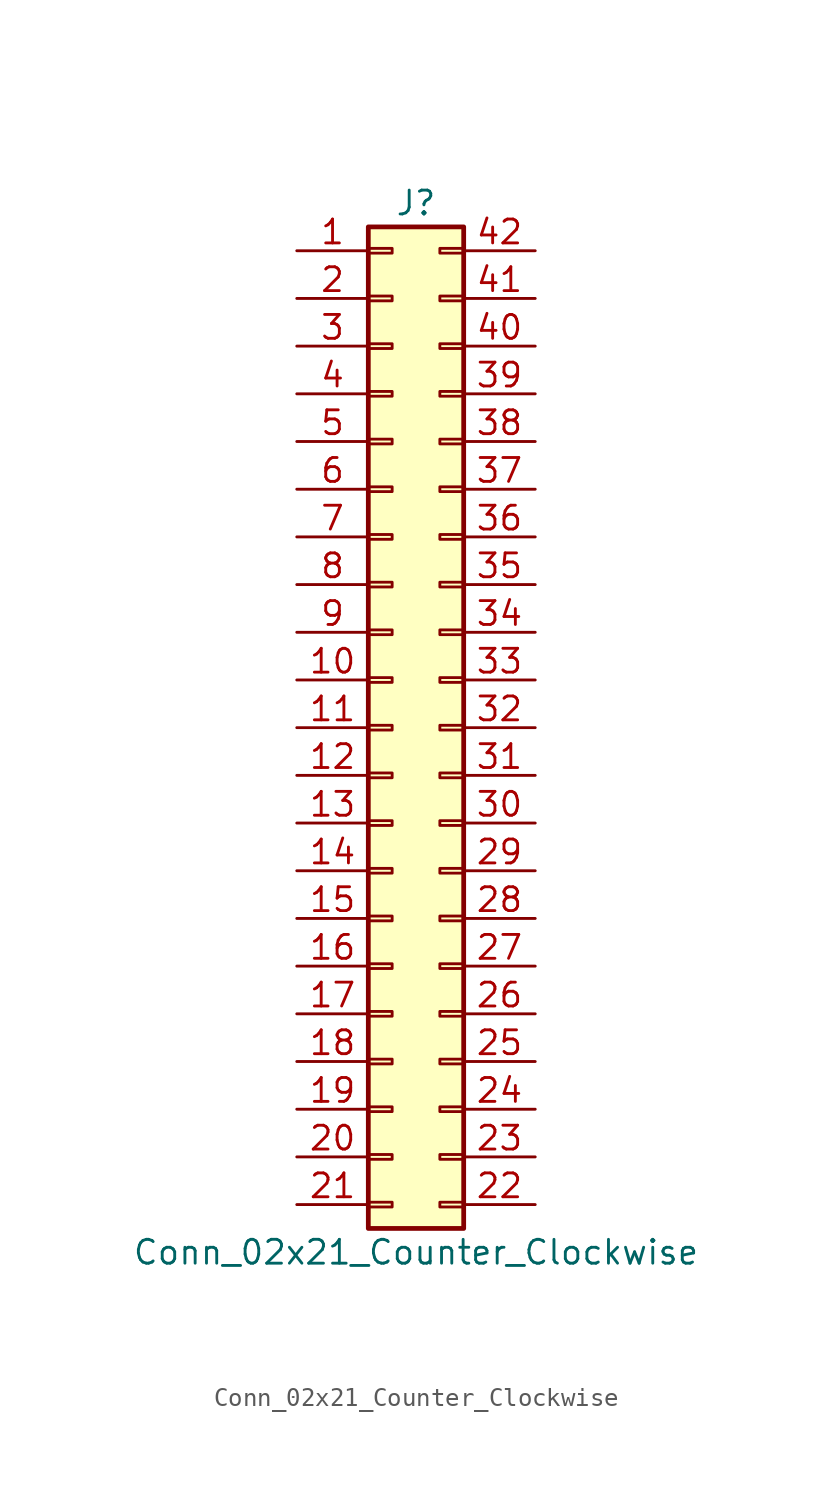
<source format=kicad_sym>
(kicad_symbol_lib
  (version 20211014)
  (generator kicad_symbol_editor)
  (symbol "Conn_02x21_Counter_Clockwise"
    (pin_names
      (offset 1.016) hide)
    (property "Reference" "J"
      (at 1.27 27.94 0)
      (effects (font (size 1.27 1.27))))
    (property "Value" "Conn_02x21_Counter_Clockwise"
      (at 1.27 -27.94 0)
      (effects (font (size 1.27 1.27))))
    (symbol "Conn_02x21_Counter_Clockwise_1_1"
      (rectangle (start -1.27 -25.273) (end 0 -25.527) (stroke (width 0.152) (type default) (color 0 0 0 0)) (fill (type none)))
      (rectangle (start -1.27 -22.733) (end 0 -22.987) (stroke (width 0.152) (type default) (color 0 0 0 0)) (fill (type none)))
      (rectangle (start -1.27 -20.193) (end 0 -20.447) (stroke (width 0.152) (type default) (color 0 0 0 0)) (fill (type none)))
      (rectangle (start -1.27 -17.653) (end 0 -17.907) (stroke (width 0.152) (type default) (color 0 0 0 0)) (fill (type none)))
      (rectangle (start -1.27 -15.113) (end 0 -15.367) (stroke (width 0.152) (type default) (color 0 0 0 0)) (fill (type none)))
      (rectangle (start -1.27 -12.573) (end 0 -12.827) (stroke (width 0.152) (type default) (color 0 0 0 0)) (fill (type none)))
      (rectangle (start -1.27 -10.033) (end 0 -10.287) (stroke (width 0.152) (type default) (color 0 0 0 0)) (fill (type none)))
      (rectangle (start -1.27 -7.493) (end 0 -7.747) (stroke (width 0.152) (type default) (color 0 0 0 0)) (fill (type none)))
      (rectangle (start -1.27 -4.953) (end 0 -5.207) (stroke (width 0.152) (type default) (color 0 0 0 0)) (fill (type none)))
      (rectangle (start -1.27 -2.413) (end 0 -2.667) (stroke (width 0.152) (type default) (color 0 0 0 0)) (fill (type none)))
      (rectangle (start -1.27 0.127) (end 0 -0.127) (stroke (width 0.152) (type default) (color 0 0 0 0)) (fill (type none)))
      (rectangle (start -1.27 2.667) (end 0 2.413) (stroke (width 0.152) (type default) (color 0 0 0 0)) (fill (type none)))
      (rectangle (start -1.27 5.207) (end 0 4.953) (stroke (width 0.152) (type default) (color 0 0 0 0)) (fill (type none)))
      (rectangle (start -1.27 7.747) (end 0 7.493) (stroke (width 0.152) (type default) (color 0 0 0 0)) (fill (type none)))
      (rectangle (start -1.27 10.287) (end 0 10.033) (stroke (width 0.152) (type default) (color 0 0 0 0)) (fill (type none)))
      (rectangle (start -1.27 12.827) (end 0 12.573) (stroke (width 0.152) (type default) (color 0 0 0 0)) (fill (type none)))
      (rectangle (start -1.27 15.367) (end 0 15.113) (stroke (width 0.152) (type default) (color 0 0 0 0)) (fill (type none)))
      (rectangle (start -1.27 17.907) (end 0 17.653) (stroke (width 0.152) (type default) (color 0 0 0 0)) (fill (type none)))
      (rectangle (start -1.27 20.447) (end 0 20.193) (stroke (width 0.152) (type default) (color 0 0 0 0)) (fill (type none)))
      (rectangle (start -1.27 22.987) (end 0 22.733) (stroke (width 0.152) (type default) (color 0 0 0 0)) (fill (type none)))
      (rectangle (start -1.27 25.527) (end 0 25.273) (stroke (width 0.152) (type default) (color 0 0 0 0)) (fill (type none)))
      (rectangle (start -1.27 26.67) (end 3.81 -26.67) (stroke (width 0.254) (type default) (color 0 0 0 0)) (fill (type background)))
      (rectangle (start 3.81 -25.273) (end 2.54 -25.527) (stroke (width 0.152) (type default) (color 0 0 0 0)) (fill (type none)))
      (rectangle (start 3.81 -22.733) (end 2.54 -22.987) (stroke (width 0.152) (type default) (color 0 0 0 0)) (fill (type none)))
      (rectangle (start 3.81 -20.193) (end 2.54 -20.447) (stroke (width 0.152) (type default) (color 0 0 0 0)) (fill (type none)))
      (rectangle (start 3.81 -17.653) (end 2.54 -17.907) (stroke (width 0.152) (type default) (color 0 0 0 0)) (fill (type none)))
      (rectangle (start 3.81 -15.113) (end 2.54 -15.367) (stroke (width 0.152) (type default) (color 0 0 0 0)) (fill (type none)))
      (rectangle (start 3.81 -12.573) (end 2.54 -12.827) (stroke (width 0.152) (type default) (color 0 0 0 0)) (fill (type none)))
      (rectangle (start 3.81 -10.033) (end 2.54 -10.287) (stroke (width 0.152) (type default) (color 0 0 0 0)) (fill (type none)))
      (rectangle (start 3.81 -7.493) (end 2.54 -7.747) (stroke (width 0.152) (type default) (color 0 0 0 0)) (fill (type none)))
      (rectangle (start 3.81 -4.953) (end 2.54 -5.207) (stroke (width 0.152) (type default) (color 0 0 0 0)) (fill (type none)))
      (rectangle (start 3.81 -2.413) (end 2.54 -2.667) (stroke (width 0.152) (type default) (color 0 0 0 0)) (fill (type none)))
      (rectangle (start 3.81 0.127) (end 2.54 -0.127) (stroke (width 0.152) (type default) (color 0 0 0 0)) (fill (type none)))
      (rectangle (start 3.81 2.667) (end 2.54 2.413) (stroke (width 0.152) (type default) (color 0 0 0 0)) (fill (type none)))
      (rectangle (start 3.81 5.207) (end 2.54 4.953) (stroke (width 0.152) (type default) (color 0 0 0 0)) (fill (type none)))
      (rectangle (start 3.81 7.747) (end 2.54 7.493) (stroke (width 0.152) (type default) (color 0 0 0 0)) (fill (type none)))
      (rectangle (start 3.81 10.287) (end 2.54 10.033) (stroke (width 0.152) (type default) (color 0 0 0 0)) (fill (type none)))
      (rectangle (start 3.81 12.827) (end 2.54 12.573) (stroke (width 0.152) (type default) (color 0 0 0 0)) (fill (type none)))
      (rectangle (start 3.81 15.367) (end 2.54 15.113) (stroke (width 0.152) (type default) (color 0 0 0 0)) (fill (type none)))
      (rectangle (start 3.81 17.907) (end 2.54 17.653) (stroke (width 0.152) (type default) (color 0 0 0 0)) (fill (type none)))
      (rectangle (start 3.81 20.447) (end 2.54 20.193) (stroke (width 0.152) (type default) (color 0 0 0 0)) (fill (type none)))
      (rectangle (start 3.81 22.987) (end 2.54 22.733) (stroke (width 0.152) (type default) (color 0 0 0 0)) (fill (type none)))
      (rectangle (start 3.81 25.527) (end 2.54 25.273) (stroke (width 0.152) (type default) (color 0 0 0 0)) (fill (type none)))
      (pin passive line (at -5.08 25.4 0) (length 3.81) (name "Pin_1" (effects (font (size 1.27 1.27)))) (number "1" (effects (font (size 1.27 1.27)))))
      (pin passive line (at -5.08 2.54 0) (length 3.81) (name "Pin_10" (effects (font (size 1.27 1.27)))) (number "10" (effects (font (size 1.27 1.27)))))
      (pin passive line (at -5.08 0 0) (length 3.81) (name "Pin_11" (effects (font (size 1.27 1.27)))) (number "11" (effects (font (size 1.27 1.27)))))
      (pin passive line (at -5.08 -2.54 0) (length 3.81) (name "Pin_12" (effects (font (size 1.27 1.27)))) (number "12" (effects (font (size 1.27 1.27)))))
      (pin passive line (at -5.08 -5.08 0) (length 3.81) (name "Pin_13" (effects (font (size 1.27 1.27)))) (number "13" (effects (font (size 1.27 1.27)))))
      (pin passive line (at -5.08 -7.62 0) (length 3.81) (name "Pin_14" (effects (font (size 1.27 1.27)))) (number "14" (effects (font (size 1.27 1.27)))))
      (pin passive line (at -5.08 -10.16 0) (length 3.81) (name "Pin_15" (effects (font (size 1.27 1.27)))) (number "15" (effects (font (size 1.27 1.27)))))
      (pin passive line (at -5.08 -12.7 0) (length 3.81) (name "Pin_16" (effects (font (size 1.27 1.27)))) (number "16" (effects (font (size 1.27 1.27)))))
      (pin passive line (at -5.08 -15.24 0) (length 3.81) (name "Pin_17" (effects (font (size 1.27 1.27)))) (number "17" (effects (font (size 1.27 1.27)))))
      (pin passive line (at -5.08 -17.78 0) (length 3.81) (name "Pin_18" (effects (font (size 1.27 1.27)))) (number "18" (effects (font (size 1.27 1.27)))))
      (pin passive line (at -5.08 -20.32 0) (length 3.81) (name "Pin_19" (effects (font (size 1.27 1.27)))) (number "19" (effects (font (size 1.27 1.27)))))
      (pin passive line (at -5.08 22.86 0) (length 3.81) (name "Pin_2" (effects (font (size 1.27 1.27)))) (number "2" (effects (font (size 1.27 1.27)))))
      (pin passive line (at -5.08 -22.86 0) (length 3.81) (name "Pin_20" (effects (font (size 1.27 1.27)))) (number "20" (effects (font (size 1.27 1.27)))))
      (pin passive line (at -5.08 -25.4 0) (length 3.81) (name "Pin_21" (effects (font (size 1.27 1.27)))) (number "21" (effects (font (size 1.27 1.27)))))
      (pin passive line (at 7.62 -25.4 180) (length 3.81) (name "Pin_22" (effects (font (size 1.27 1.27)))) (number "22" (effects (font (size 1.27 1.27)))))
      (pin passive line (at 7.62 -22.86 180) (length 3.81) (name "Pin_23" (effects (font (size 1.27 1.27)))) (number "23" (effects (font (size 1.27 1.27)))))
      (pin passive line (at 7.62 -20.32 180) (length 3.81) (name "Pin_24" (effects (font (size 1.27 1.27)))) (number "24" (effects (font (size 1.27 1.27)))))
      (pin passive line (at 7.62 -17.78 180) (length 3.81) (name "Pin_25" (effects (font (size 1.27 1.27)))) (number "25" (effects (font (size 1.27 1.27)))))
      (pin passive line (at 7.62 -15.24 180) (length 3.81) (name "Pin_26" (effects (font (size 1.27 1.27)))) (number "26" (effects (font (size 1.27 1.27)))))
      (pin passive line (at 7.62 -12.7 180) (length 3.81) (name "Pin_27" (effects (font (size 1.27 1.27)))) (number "27" (effects (font (size 1.27 1.27)))))
      (pin passive line (at 7.62 -10.16 180) (length 3.81) (name "Pin_28" (effects (font (size 1.27 1.27)))) (number "28" (effects (font (size 1.27 1.27)))))
      (pin passive line (at 7.62 -7.62 180) (length 3.81) (name "Pin_29" (effects (font (size 1.27 1.27)))) (number "29" (effects (font (size 1.27 1.27)))))
      (pin passive line (at -5.08 20.32 0) (length 3.81) (name "Pin_3" (effects (font (size 1.27 1.27)))) (number "3" (effects (font (size 1.27 1.27)))))
      (pin passive line (at 7.62 -5.08 180) (length 3.81) (name "Pin_30" (effects (font (size 1.27 1.27)))) (number "30" (effects (font (size 1.27 1.27)))))
      (pin passive line (at 7.62 -2.54 180) (length 3.81) (name "Pin_31" (effects (font (size 1.27 1.27)))) (number "31" (effects (font (size 1.27 1.27)))))
      (pin passive line (at 7.62 0 180) (length 3.81) (name "Pin_32" (effects (font (size 1.27 1.27)))) (number "32" (effects (font (size 1.27 1.27)))))
      (pin passive line (at 7.62 2.54 180) (length 3.81) (name "Pin_33" (effects (font (size 1.27 1.27)))) (number "33" (effects (font (size 1.27 1.27)))))
      (pin passive line (at 7.62 5.08 180) (length 3.81) (name "Pin_34" (effects (font (size 1.27 1.27)))) (number "34" (effects (font (size 1.27 1.27)))))
      (pin passive line (at 7.62 7.62 180) (length 3.81) (name "Pin_35" (effects (font (size 1.27 1.27)))) (number "35" (effects (font (size 1.27 1.27)))))
      (pin passive line (at 7.62 10.16 180) (length 3.81) (name "Pin_36" (effects (font (size 1.27 1.27)))) (number "36" (effects (font (size 1.27 1.27)))))
      (pin passive line (at 7.62 12.7 180) (length 3.81) (name "Pin_37" (effects (font (size 1.27 1.27)))) (number "37" (effects (font (size 1.27 1.27)))))
      (pin passive line (at 7.62 15.24 180) (length 3.81) (name "Pin_38" (effects (font (size 1.27 1.27)))) (number "38" (effects (font (size 1.27 1.27)))))
      (pin passive line (at 7.62 17.78 180) (length 3.81) (name "Pin_39" (effects (font (size 1.27 1.27)))) (number "39" (effects (font (size 1.27 1.27)))))
      (pin passive line (at -5.08 17.78 0) (length 3.81) (name "Pin_4" (effects (font (size 1.27 1.27)))) (number "4" (effects (font (size 1.27 1.27)))))
      (pin passive line (at 7.62 20.32 180) (length 3.81) (name "Pin_40" (effects (font (size 1.27 1.27)))) (number "40" (effects (font (size 1.27 1.27)))))
      (pin passive line (at 7.62 22.86 180) (length 3.81) (name "Pin_41" (effects (font (size 1.27 1.27)))) (number "41" (effects (font (size 1.27 1.27)))))
      (pin passive line (at 7.62 25.4 180) (length 3.81) (name "Pin_42" (effects (font (size 1.27 1.27)))) (number "42" (effects (font (size 1.27 1.27)))))
      (pin passive line (at -5.08 15.24 0) (length 3.81) (name "Pin_5" (effects (font (size 1.27 1.27)))) (number "5" (effects (font (size 1.27 1.27)))))
      (pin passive line (at -5.08 12.7 0) (length 3.81) (name "Pin_6" (effects (font (size 1.27 1.27)))) (number "6" (effects (font (size 1.27 1.27)))))
      (pin passive line (at -5.08 10.16 0) (length 3.81) (name "Pin_7" (effects (font (size 1.27 1.27)))) (number "7" (effects (font (size 1.27 1.27)))))
      (pin passive line (at -5.08 7.62 0) (length 3.81) (name "Pin_8" (effects (font (size 1.27 1.27)))) (number "8" (effects (font (size 1.27 1.27)))))
      (pin passive line (at -5.08 5.08 0) (length 3.81) (name "Pin_9" (effects (font (size 1.27 1.27)))) (number "9" (effects (font (size 1.27 1.27))))))))
</source>
